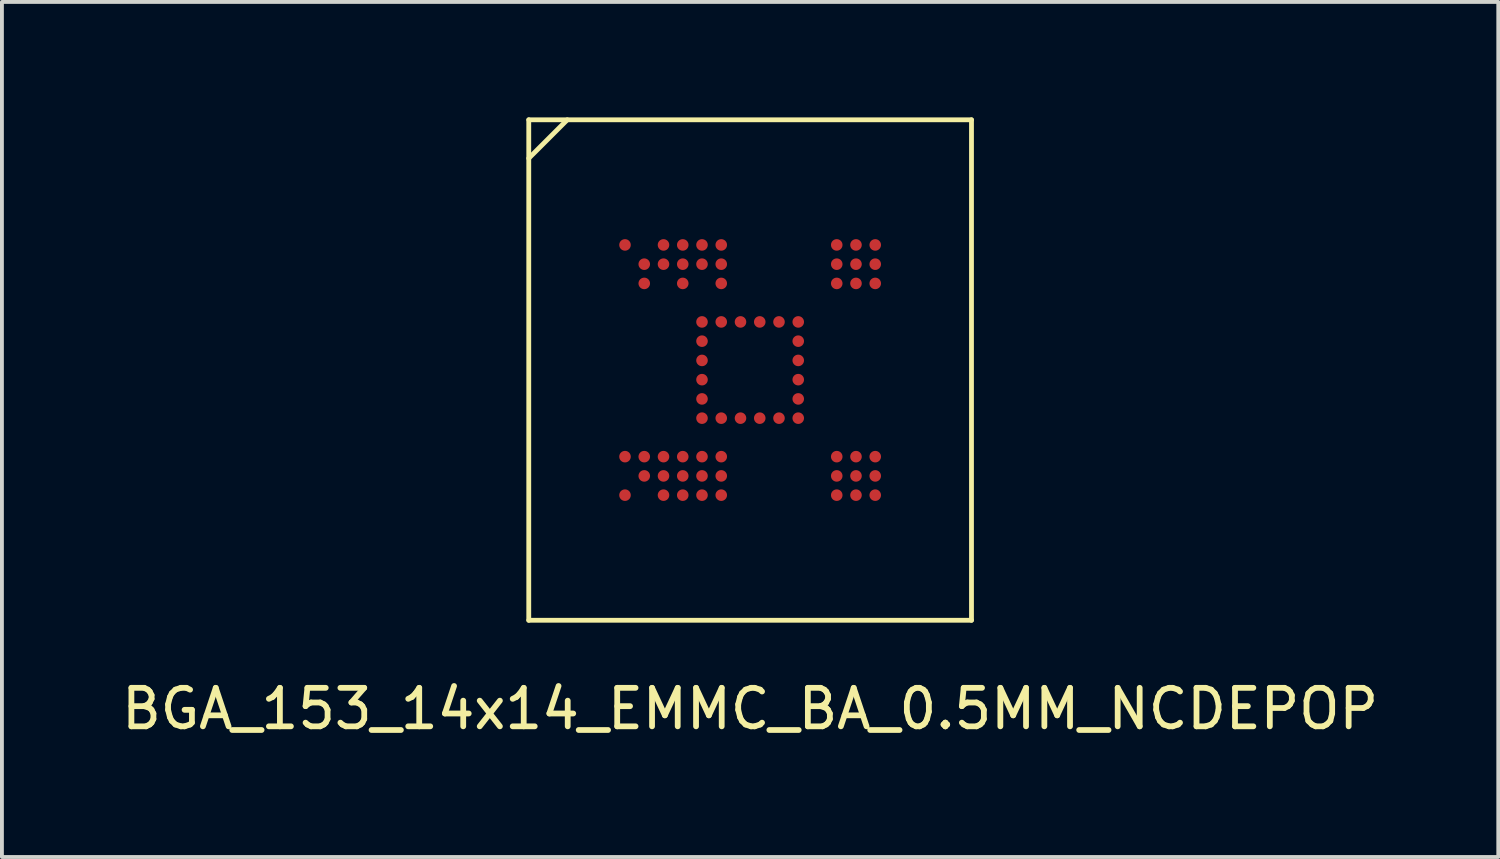
<source format=kicad_pcb>
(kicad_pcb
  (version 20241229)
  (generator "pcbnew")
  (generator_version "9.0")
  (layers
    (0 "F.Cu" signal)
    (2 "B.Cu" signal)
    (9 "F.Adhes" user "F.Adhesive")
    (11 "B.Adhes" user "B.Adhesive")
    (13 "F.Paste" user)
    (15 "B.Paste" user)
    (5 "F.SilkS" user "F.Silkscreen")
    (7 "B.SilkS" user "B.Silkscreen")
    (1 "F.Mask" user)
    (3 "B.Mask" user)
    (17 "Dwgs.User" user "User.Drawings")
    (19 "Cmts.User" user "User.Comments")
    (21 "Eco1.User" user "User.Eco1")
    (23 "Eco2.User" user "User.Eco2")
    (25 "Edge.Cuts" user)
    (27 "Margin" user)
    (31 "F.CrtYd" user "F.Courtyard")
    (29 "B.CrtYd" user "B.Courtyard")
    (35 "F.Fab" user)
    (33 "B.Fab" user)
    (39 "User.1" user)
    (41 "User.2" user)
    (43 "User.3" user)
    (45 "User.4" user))
  (footprint "BGA_153_14x14_EMMC_BA_0.5MM_NCDEPOP"
    (layer "F.Cu")
    (at 16.435 6.562)
    (property "Reference" "BGA_153_14x14_EMMC_BA_0.5MM_NCDEPOP" (at 0 8.8 0) (layer "F.SilkS") (effects (font (size 1 1) (thickness 0.15))))
    (attr smd)
    (fp_line (start -5.75 -6.5) (end -5.75 6.5) (stroke (width 0.125) (type solid)) (layer "F.SilkS"))
    (fp_line (start -5.75 -6.5) (end 5.75 -6.5) (stroke (width 0.125) (type solid)) (layer "F.SilkS"))
    (fp_line (start -5.75 6.5) (end 5.75 6.5) (stroke (width 0.125) (type solid)) (layer "F.SilkS"))
    (fp_line (start -4.75 -6.5) (end -5.75 -5.5) (stroke (width 0.125) (type solid)) (layer "F.SilkS"))
    (fp_line (start 5.75 -6.5) (end 5.75 6.5) (stroke (width 0.125) (type solid)) (layer "F.SilkS"))
    (pad "A1" smd circle (at -3.25 -3.25) (size 0.3 0.3) (layers "F.Cu" "F.Mask" "F.Paste"))
    (pad "A3" smd circle (at -2.25 -3.25) (size 0.3 0.3) (layers "F.Cu" "F.Mask" "F.Paste"))
    (pad "A4" smd circle (at -1.75 -3.25) (size 0.3 0.3) (layers "F.Cu" "F.Mask" "F.Paste"))
    (pad "A5" smd circle (at -1.25 -3.25) (size 0.3 0.3) (layers "F.Cu" "F.Mask" "F.Paste"))
    (pad "A6" smd circle (at -0.75 -3.25) (size 0.3 0.3) (layers "F.Cu" "F.Mask" "F.Paste"))
    (pad "A12" smd circle (at 2.25 -3.25) (size 0.3 0.3) (layers "F.Cu" "F.Mask" "F.Paste"))
    (pad "A13" smd circle (at 2.75 -3.25) (size 0.3 0.3) (layers "F.Cu" "F.Mask" "F.Paste"))
    (pad "A14" smd circle (at 3.25 -3.25) (size 0.3 0.3) (layers "F.Cu" "F.Mask" "F.Paste"))
    (pad "B2" smd circle (at -2.75 -2.75) (size 0.3 0.3) (layers "F.Cu" "F.Mask" "F.Paste"))
    (pad "B3" smd circle (at -2.25 -2.75) (size 0.3 0.3) (layers "F.Cu" "F.Mask" "F.Paste"))
    (pad "B4" smd circle (at -1.75 -2.75) (size 0.3 0.3) (layers "F.Cu" "F.Mask" "F.Paste"))
    (pad "B5" smd circle (at -1.25 -2.75) (size 0.3 0.3) (layers "F.Cu" "F.Mask" "F.Paste"))
    (pad "B6" smd circle (at -0.75 -2.75) (size 0.3 0.3) (layers "F.Cu" "F.Mask" "F.Paste"))
    (pad "B12" smd circle (at 2.25 -2.75) (size 0.3 0.3) (layers "F.Cu" "F.Mask" "F.Paste"))
    (pad "B13" smd circle (at 2.75 -2.75) (size 0.3 0.3) (layers "F.Cu" "F.Mask" "F.Paste"))
    (pad "B14" smd circle (at 3.25 -2.75) (size 0.3 0.3) (layers "F.Cu" "F.Mask" "F.Paste"))
    (pad "C2" smd circle (at -2.75 -2.25) (size 0.3 0.3) (layers "F.Cu" "F.Mask" "F.Paste"))
    (pad "C4" smd circle (at -1.75 -2.25) (size 0.3 0.3) (layers "F.Cu" "F.Mask" "F.Paste"))
    (pad "C6" smd circle (at -0.75 -2.25) (size 0.3 0.3) (layers "F.Cu" "F.Mask" "F.Paste"))
    (pad "C12" smd circle (at 2.25 -2.25) (size 0.3 0.3) (layers "F.Cu" "F.Mask" "F.Paste"))
    (pad "C13" smd circle (at 2.75 -2.25) (size 0.3 0.3) (layers "F.Cu" "F.Mask" "F.Paste"))
    (pad "C14" smd circle (at 3.25 -2.25) (size 0.3 0.3) (layers "F.Cu" "F.Mask" "F.Paste"))
    (pad "E5" smd circle (at -1.25 -1.25) (size 0.3 0.3) (layers "F.Cu" "F.Mask" "F.Paste"))
    (pad "E6" smd circle (at -0.75 -1.25) (size 0.3 0.3) (layers "F.Cu" "F.Mask" "F.Paste"))
    (pad "E7" smd circle (at -0.25 -1.25) (size 0.3 0.3) (layers "F.Cu" "F.Mask" "F.Paste"))
    (pad "E8" smd circle (at 0.25 -1.25) (size 0.3 0.3) (layers "F.Cu" "F.Mask" "F.Paste"))
    (pad "E9" smd circle (at 0.75 -1.25) (size 0.3 0.3) (layers "F.Cu" "F.Mask" "F.Paste"))
    (pad "E10" smd circle (at 1.25 -1.25) (size 0.3 0.3) (layers "F.Cu" "F.Mask" "F.Paste"))
    (pad "F5" smd circle (at -1.25 -0.75) (size 0.3 0.3) (layers "F.Cu" "F.Mask" "F.Paste"))
    (pad "F10" smd circle (at 1.25 -0.75) (size 0.3 0.3) (layers "F.Cu" "F.Mask" "F.Paste"))
    (pad "G5" smd circle (at -1.25 -0.25) (size 0.3 0.3) (layers "F.Cu" "F.Mask" "F.Paste"))
    (pad "G10" smd circle (at 1.25 -0.25) (size 0.3 0.3) (layers "F.Cu" "F.Mask" "F.Paste"))
    (pad "H5" smd circle (at -1.25 0.25) (size 0.3 0.3) (layers "F.Cu" "F.Mask" "F.Paste"))
    (pad "H10" smd circle (at 1.25 0.25) (size 0.3 0.3) (layers "F.Cu" "F.Mask" "F.Paste"))
    (pad "J5" smd circle (at -1.25 0.75) (size 0.3 0.3) (layers "F.Cu" "F.Mask" "F.Paste"))
    (pad "J10" smd circle (at 1.25 0.75) (size 0.3 0.3) (layers "F.Cu" "F.Mask" "F.Paste"))
    (pad "K5" smd circle (at -1.25 1.25) (size 0.3 0.3) (layers "F.Cu" "F.Mask" "F.Paste"))
    (pad "K6" smd circle (at -0.75 1.25) (size 0.3 0.3) (layers "F.Cu" "F.Mask" "F.Paste"))
    (pad "K7" smd circle (at -0.25 1.25) (size 0.3 0.3) (layers "F.Cu" "F.Mask" "F.Paste"))
    (pad "K8" smd circle (at 0.25 1.25) (size 0.3 0.3) (layers "F.Cu" "F.Mask" "F.Paste"))
    (pad "K9" smd circle (at 0.75 1.25) (size 0.3 0.3) (layers "F.Cu" "F.Mask" "F.Paste"))
    (pad "K10" smd circle (at 1.25 1.25) (size 0.3 0.3) (layers "F.Cu" "F.Mask" "F.Paste"))
    (pad "M1" smd circle (at -3.25 2.25) (size 0.3 0.3) (layers "F.Cu" "F.Mask" "F.Paste"))
    (pad "M2" smd circle (at -2.75 2.25) (size 0.3 0.3) (layers "F.Cu" "F.Mask" "F.Paste"))
    (pad "M3" smd circle (at -2.25 2.25) (size 0.3 0.3) (layers "F.Cu" "F.Mask" "F.Paste"))
    (pad "M4" smd circle (at -1.75 2.25) (size 0.3 0.3) (layers "F.Cu" "F.Mask" "F.Paste"))
    (pad "M5" smd circle (at -1.25 2.25) (size 0.3 0.3) (layers "F.Cu" "F.Mask" "F.Paste"))
    (pad "M6" smd circle (at -0.75 2.25) (size 0.3 0.3) (layers "F.Cu" "F.Mask" "F.Paste"))
    (pad "M12" smd circle (at 2.25 2.25) (size 0.3 0.3) (layers "F.Cu" "F.Mask" "F.Paste"))
    (pad "M13" smd circle (at 2.75 2.25) (size 0.3 0.3) (layers "F.Cu" "F.Mask" "F.Paste"))
    (pad "M14" smd circle (at 3.25 2.25) (size 0.3 0.3) (layers "F.Cu" "F.Mask" "F.Paste"))
    (pad "N2" smd circle (at -2.75 2.75) (size 0.3 0.3) (layers "F.Cu" "F.Mask" "F.Paste"))
    (pad "N3" smd circle (at -2.25 2.75) (size 0.3 0.3) (layers "F.Cu" "F.Mask" "F.Paste"))
    (pad "N4" smd circle (at -1.75 2.75) (size 0.3 0.3) (layers "F.Cu" "F.Mask" "F.Paste"))
    (pad "N5" smd circle (at -1.25 2.75) (size 0.3 0.3) (layers "F.Cu" "F.Mask" "F.Paste"))
    (pad "N6" smd circle (at -0.75 2.75) (size 0.3 0.3) (layers "F.Cu" "F.Mask" "F.Paste"))
    (pad "N12" smd circle (at 2.25 2.75) (size 0.3 0.3) (layers "F.Cu" "F.Mask" "F.Paste"))
    (pad "N13" smd circle (at 2.75 2.75) (size 0.3 0.3) (layers "F.Cu" "F.Mask" "F.Paste"))
    (pad "N14" smd circle (at 3.25 2.75) (size 0.3 0.3) (layers "F.Cu" "F.Mask" "F.Paste"))
    (pad "P1" smd circle (at -3.25 3.25) (size 0.3 0.3) (layers "F.Cu" "F.Mask" "F.Paste"))
    (pad "P3" smd circle (at -2.25 3.25) (size 0.3 0.3) (layers "F.Cu" "F.Mask" "F.Paste"))
    (pad "P4" smd circle (at -1.75 3.25) (size 0.3 0.3) (layers "F.Cu" "F.Mask" "F.Paste"))
    (pad "P5" smd circle (at -1.25 3.25) (size 0.3 0.3) (layers "F.Cu" "F.Mask" "F.Paste"))
    (pad "P6" smd circle (at -0.75 3.25) (size 0.3 0.3) (layers "F.Cu" "F.Mask" "F.Paste"))
    (pad "P12" smd circle (at 2.25 3.25) (size 0.3 0.3) (layers "F.Cu" "F.Mask" "F.Paste"))
    (pad "P13" smd circle (at 2.75 3.25) (size 0.3 0.3) (layers "F.Cu" "F.Mask" "F.Paste"))
    (pad "P14" smd circle (at 3.25 3.25) (size 0.3 0.3) (layers "F.Cu" "F.Mask" "F.Paste")))
  (gr_rect
    (start -3 -3)
    (end 35.869 19.211)
    (stroke (width 0.1) (type default))
    (fill no)
    (layer "Edge.Cuts")))
</source>
